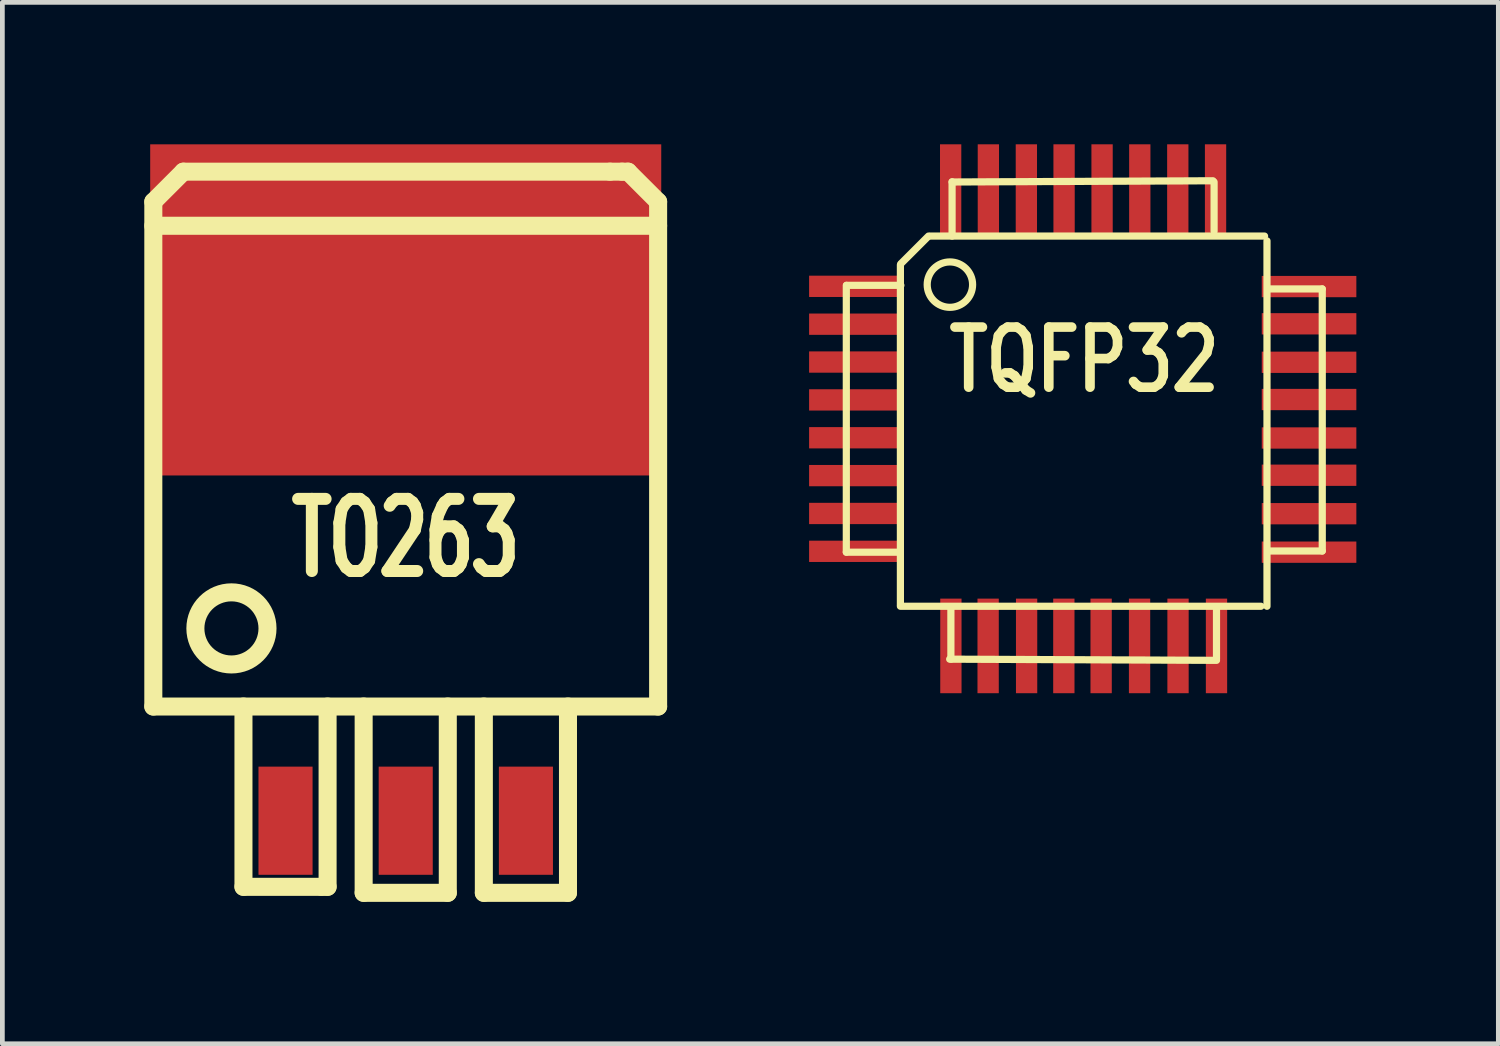
<source format=kicad_pcb>
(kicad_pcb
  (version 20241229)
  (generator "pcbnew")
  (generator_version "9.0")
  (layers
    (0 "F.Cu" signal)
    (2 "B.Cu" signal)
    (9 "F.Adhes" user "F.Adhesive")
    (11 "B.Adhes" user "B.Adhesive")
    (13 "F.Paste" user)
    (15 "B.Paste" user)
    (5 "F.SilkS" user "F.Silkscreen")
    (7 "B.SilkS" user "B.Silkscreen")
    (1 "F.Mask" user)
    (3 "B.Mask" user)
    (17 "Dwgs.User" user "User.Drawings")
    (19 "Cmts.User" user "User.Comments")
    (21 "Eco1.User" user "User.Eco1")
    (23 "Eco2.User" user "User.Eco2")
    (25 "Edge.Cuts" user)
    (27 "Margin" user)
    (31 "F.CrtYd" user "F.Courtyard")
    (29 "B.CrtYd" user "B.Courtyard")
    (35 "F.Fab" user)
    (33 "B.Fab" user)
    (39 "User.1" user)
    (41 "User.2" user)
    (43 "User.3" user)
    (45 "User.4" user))
  (footprint "TO263"
    (layer "F.Cu")
    (at 5.524 14.294)
    (property "Reference" "TO263" (at 0 -5.969 0) (layer "F.SilkS") (effects (font (size 1.524 1.016) (thickness 0.254))))
    (attr smd)
    (fp_line (start -5.334 -13.081) (end -4.699 -13.716) (stroke (width 0.381) (type solid)) (layer "F.SilkS"))
    (fp_line (start -5.334 -2.413) (end -5.334 -13.081) (stroke (width 0.381) (type solid)) (layer "F.SilkS"))
    (fp_line (start -5.334 -2.413) (end 5.334 -2.413) (stroke (width 0.381) (type solid)) (layer "F.SilkS"))
    (fp_line (start -4.699 -13.716) (end 4.318 -13.716) (stroke (width 0.381) (type solid)) (layer "F.SilkS"))
    (fp_line (start -3.429 -2.413) (end -3.429 1.397) (stroke (width 0.381) (type solid)) (layer "F.SilkS"))
    (fp_line (start -3.429 1.397) (end -1.778 1.397) (stroke (width 0.381) (type solid)) (layer "F.SilkS"))
    (fp_line (start -1.778 1.397) (end -1.651 1.397) (stroke (width 0.381) (type solid)) (layer "F.SilkS"))
    (fp_line (start -1.651 1.397) (end -1.651 -2.413) (stroke (width 0.381) (type solid)) (layer "F.SilkS"))
    (fp_line (start -0.889 -2.413) (end -0.889 1.524) (stroke (width 0.381) (type solid)) (layer "F.SilkS"))
    (fp_line (start -0.889 1.524) (end 0.889 1.524) (stroke (width 0.381) (type solid)) (layer "F.SilkS"))
    (fp_line (start 0.889 1.524) (end 0.889 -2.413) (stroke (width 0.381) (type solid)) (layer "F.SilkS"))
    (fp_line (start 1.651 -2.413) (end 1.651 1.524) (stroke (width 0.381) (type solid)) (layer "F.SilkS"))
    (fp_line (start 1.651 1.524) (end 3.429 1.524) (stroke (width 0.381) (type solid)) (layer "F.SilkS"))
    (fp_line (start 3.429 1.524) (end 3.429 -2.413) (stroke (width 0.381) (type solid)) (layer "F.SilkS"))
    (fp_line (start 4.318 -13.716) (end 4.572 -13.716) (stroke (width 0.381) (type solid)) (layer "F.SilkS"))
    (fp_line (start 4.572 -13.716) (end 4.699 -13.716) (stroke (width 0.381) (type solid)) (layer "F.SilkS"))
    (fp_line (start 4.699 -13.716) (end 5.334 -13.081) (stroke (width 0.381) (type solid)) (layer "F.SilkS"))
    (fp_line (start 5.334 -13.081) (end 5.334 -2.413) (stroke (width 0.381) (type solid)) (layer "F.SilkS"))
    (fp_line (start 5.334 -12.573) (end -5.334 -12.573) (stroke (width 0.381) (type solid)) (layer "F.SilkS"))
    (fp_circle (center -3.683 -4.064) (end -3.683 -3.302) (stroke (width 0.381) (type solid)) (fill no) (layer "F.SilkS"))
    (pad "1" smd rect (at -2.54 0) (size 1.143 2.286) (layers "F.Cu" "F.Mask" "F.Paste"))
    (pad "2" smd rect (at 0 -10.795) (size 10.8 6.998) (layers "F.Cu" "F.Mask" "F.Paste"))
    (pad "2" smd rect (at 0 0) (size 1.143 2.286) (layers "F.Cu" "F.Mask" "F.Paste"))
    (pad "3" smd rect (at 2.54 0) (size 1.143 2.286) (layers "F.Cu" "F.Mask" "F.Paste")))
  (footprint "TQFP32"
    (layer "F.Cu")
    (at 19.864 5.825)
    (property "Reference" "TQFP32" (at 0 -1.27 0) (layer "F.SilkS") (effects (font (size 1.27 1.016) (thickness 0.203))))
    (attr through_hole)
    (fp_line (start -5.029 -2.845) (end -5.029 2.794) (stroke (width 0.152) (type solid)) (layer "F.SilkS"))
    (fp_line (start -5.029 2.794) (end -3.886 2.794) (stroke (width 0.152) (type solid)) (layer "F.SilkS"))
    (fp_line (start -5.024 -2.845) (end -3.876 -2.845) (stroke (width 0.152) (type solid)) (layer "F.SilkS"))
    (fp_line (start -3.886 -3.277) (end -3.886 3.912) (stroke (width 0.152) (type solid)) (layer "F.SilkS"))
    (fp_line (start -3.886 3.937) (end 3.734 3.937) (stroke (width 0.152) (type solid)) (layer "F.SilkS"))
    (fp_line (start -3.876 -3.302) (end -3.292 -3.886) (stroke (width 0.152) (type solid)) (layer "F.SilkS"))
    (fp_line (start -3.251 -3.886) (end 3.81 -3.886) (stroke (width 0.152) (type solid)) (layer "F.SilkS"))
    (fp_line (start -2.845 5.055) (end 2.794 5.08) (stroke (width 0.152) (type solid)) (layer "F.SilkS"))
    (fp_line (start -2.819 3.988) (end -2.819 5.055) (stroke (width 0.152) (type solid)) (layer "F.SilkS"))
    (fp_line (start -2.794 -5.029) (end 2.718 -5.055) (stroke (width 0.152) (type solid)) (layer "F.SilkS"))
    (fp_line (start -2.794 -3.886) (end -2.794 -5.034) (stroke (width 0.152) (type solid)) (layer "F.SilkS"))
    (fp_line (start 2.743 -5.029) (end 2.743 -3.988) (stroke (width 0.152) (type solid)) (layer "F.SilkS"))
    (fp_line (start 2.794 3.962) (end 2.794 5.055) (stroke (width 0.152) (type solid)) (layer "F.SilkS"))
    (fp_line (start 3.861 3.937) (end 3.861 -3.785) (stroke (width 0.152) (type solid)) (layer "F.SilkS"))
    (fp_line (start 5.029 -2.769) (end 3.912 -2.769) (stroke (width 0.152) (type solid)) (layer "F.SilkS"))
    (fp_line (start 5.029 2.769) (end 3.886 2.769) (stroke (width 0.152) (type solid)) (layer "F.SilkS"))
    (fp_line (start 5.029 2.769) (end 5.029 -2.769) (stroke (width 0.152) (type solid)) (layer "F.SilkS"))
    (fp_circle (center -2.84 -2.86) (end -2.433 -2.606) (stroke (width 0.152) (type solid)) (fill no) (layer "F.SilkS"))
    (pad "1" smd rect (at -4.816 -2.824) (size 1.999 0.45) (layers "F.Cu" "F.Mask" "F.Paste"))
    (pad "2" smd rect (at -4.816 -2.024) (size 1.999 0.45) (layers "F.Cu" "F.Mask" "F.Paste"))
    (pad "3" smd rect (at -4.816 -1.224) (size 1.999 0.45) (layers "F.Cu" "F.Mask" "F.Paste"))
    (pad "4" smd rect (at -4.816 -0.424) (size 1.999 0.45) (layers "F.Cu" "F.Mask" "F.Paste"))
    (pad "5" smd rect (at -4.816 0.376) (size 1.999 0.45) (layers "F.Cu" "F.Mask" "F.Paste"))
    (pad "6" smd rect (at -4.816 1.176) (size 1.999 0.45) (layers "F.Cu" "F.Mask" "F.Paste"))
    (pad "7" smd rect (at -4.816 1.976) (size 1.999 0.45) (layers "F.Cu" "F.Mask" "F.Paste"))
    (pad "8" smd rect (at -4.816 2.776) (size 1.999 0.45) (layers "F.Cu" "F.Mask" "F.Paste"))
    (pad "9" smd rect (at -2.819 4.775) (size 0.45 1.999) (layers "F.Cu" "F.Mask" "F.Paste"))
    (pad "10" smd rect (at -2.032 4.775) (size 0.45 1.999) (layers "F.Cu" "F.Mask" "F.Paste"))
    (pad "11" smd rect (at -1.219 4.775) (size 0.45 1.999) (layers "F.Cu" "F.Mask" "F.Paste"))
    (pad "12" smd rect (at -0.432 4.775) (size 0.45 1.999) (layers "F.Cu" "F.Mask" "F.Paste"))
    (pad "13" smd rect (at 0.356 4.775) (size 0.45 1.999) (layers "F.Cu" "F.Mask" "F.Paste"))
    (pad "14" smd rect (at 1.168 4.775) (size 0.45 1.999) (layers "F.Cu" "F.Mask" "F.Paste"))
    (pad "15" smd rect (at 1.981 4.775) (size 0.45 1.999) (layers "F.Cu" "F.Mask" "F.Paste"))
    (pad "16" smd rect (at 2.794 4.775) (size 0.45 1.999) (layers "F.Cu" "F.Mask" "F.Paste"))
    (pad "17" smd rect (at 4.75 2.794) (size 1.999 0.45) (layers "F.Cu" "F.Mask" "F.Paste"))
    (pad "18" smd rect (at 4.75 1.981) (size 1.999 0.45) (layers "F.Cu" "F.Mask" "F.Paste"))
    (pad "19" smd rect (at 4.75 1.168) (size 1.999 0.45) (layers "F.Cu" "F.Mask" "F.Paste"))
    (pad "20" smd rect (at 4.75 0.381) (size 1.999 0.45) (layers "F.Cu" "F.Mask" "F.Paste"))
    (pad "21" smd rect (at 4.75 -0.432) (size 1.999 0.45) (layers "F.Cu" "F.Mask" "F.Paste"))
    (pad "22" smd rect (at 4.75 -1.219) (size 1.999 0.45) (layers "F.Cu" "F.Mask" "F.Paste"))
    (pad "23" smd rect (at 4.75 -2.032) (size 1.999 0.45) (layers "F.Cu" "F.Mask" "F.Paste"))
    (pad "24" smd rect (at 4.75 -2.819) (size 1.999 0.45) (layers "F.Cu" "F.Mask" "F.Paste"))
    (pad "25" smd rect (at 2.774 -4.826) (size 0.45 1.999) (layers "F.Cu" "F.Mask" "F.Paste"))
    (pad "26" smd rect (at 1.976 -4.826) (size 0.45 1.999) (layers "F.Cu" "F.Mask" "F.Paste"))
    (pad "27" smd rect (at 1.173 -4.826) (size 0.45 1.999) (layers "F.Cu" "F.Mask" "F.Paste"))
    (pad "28" smd rect (at 0.376 -4.826) (size 0.45 1.999) (layers "F.Cu" "F.Mask" "F.Paste"))
    (pad "29" smd rect (at -0.427 -4.826) (size 0.45 1.999) (layers "F.Cu" "F.Mask" "F.Paste"))
    (pad "30" smd rect (at -1.224 -4.826) (size 0.45 1.999) (layers "F.Cu" "F.Mask" "F.Paste"))
    (pad "31" smd rect (at -2.027 -4.826) (size 0.45 1.999) (layers "F.Cu" "F.Mask" "F.Paste"))
    (pad "32" smd rect (at -2.824 -4.826) (size 0.45 1.999) (layers "F.Cu" "F.Mask" "F.Paste")))
  (gr_rect
    (start -3 -3)
    (end 28.614 19.008)
    (stroke (width 0.1) (type default))
    (fill no)
    (layer "Edge.Cuts")))
</source>
